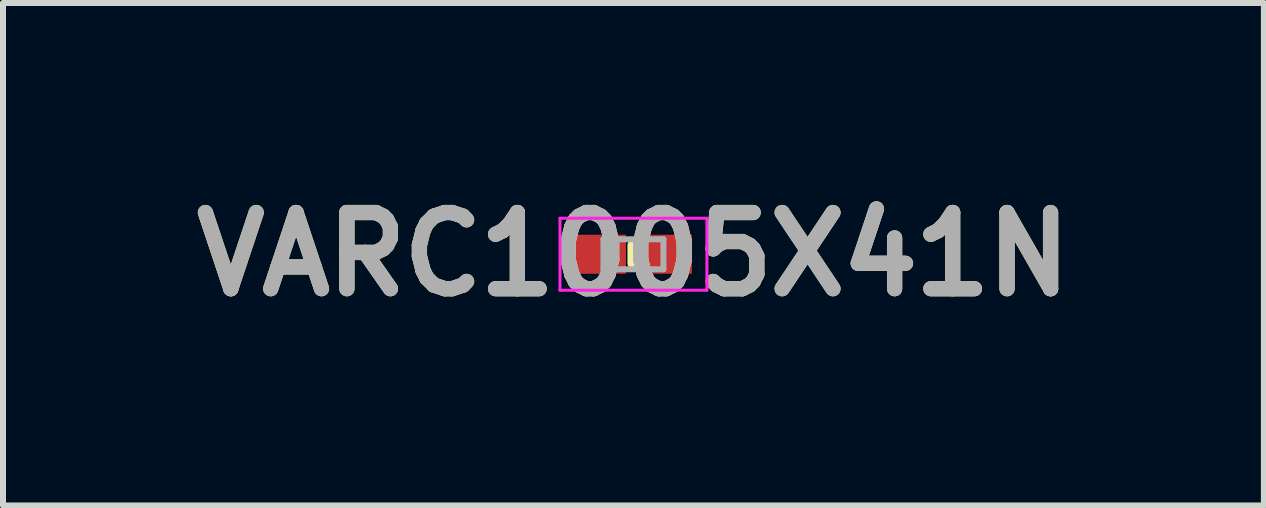
<source format=kicad_pcb>
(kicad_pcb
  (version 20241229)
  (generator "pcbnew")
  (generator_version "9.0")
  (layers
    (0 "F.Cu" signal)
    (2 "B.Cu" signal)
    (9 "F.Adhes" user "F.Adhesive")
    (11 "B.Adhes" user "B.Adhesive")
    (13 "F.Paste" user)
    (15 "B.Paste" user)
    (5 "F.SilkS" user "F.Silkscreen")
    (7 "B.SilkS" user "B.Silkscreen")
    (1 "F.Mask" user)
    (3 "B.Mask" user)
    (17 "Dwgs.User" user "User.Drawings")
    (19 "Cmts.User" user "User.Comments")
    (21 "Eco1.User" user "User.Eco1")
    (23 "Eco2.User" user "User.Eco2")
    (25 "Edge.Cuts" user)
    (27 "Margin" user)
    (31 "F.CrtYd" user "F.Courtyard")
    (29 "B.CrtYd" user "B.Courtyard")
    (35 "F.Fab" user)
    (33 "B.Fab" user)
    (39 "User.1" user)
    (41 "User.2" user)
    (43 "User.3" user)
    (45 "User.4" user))
  (footprint "VARC1005X41N"
    (layer "F.Cu")
    (at 7.511 1.189)
    (property "Reference" "VARC1005X41N" (at 0 0 0) (layer "F.SilkS") (effects (font (size 1.27 1.27) (thickness 0.254))))
    (attr smd)
    (fp_line (start 0 -0.15) (end 0 0.15) (stroke (width 0.2) (type solid)) (layer "F.SilkS"))
    (fp_line (start -1.225 -0.6) (end 1.225 -0.6) (stroke (width 0.05) (type solid)) (layer "F.CrtYd"))
    (fp_line (start -1.225 0.6) (end -1.225 -0.6) (stroke (width 0.05) (type solid)) (layer "F.CrtYd"))
    (fp_line (start 1.225 -0.6) (end 1.225 0.6) (stroke (width 0.05) (type solid)) (layer "F.CrtYd"))
    (fp_line (start 1.225 0.6) (end -1.225 0.6) (stroke (width 0.05) (type solid)) (layer "F.CrtYd"))
    (fp_line (start -0.5 -0.25) (end 0.5 -0.25) (stroke (width 0.1) (type solid)) (layer "F.Fab"))
    (fp_line (start -0.5 0.25) (end -0.5 -0.25) (stroke (width 0.1) (type solid)) (layer "F.Fab"))
    (fp_line (start 0.5 -0.25) (end 0.5 0.25) (stroke (width 0.1) (type solid)) (layer "F.Fab"))
    (fp_line (start 0.5 0.25) (end -0.5 0.25) (stroke (width 0.1) (type solid)) (layer "F.Fab"))
    (fp_text user "${REFERENCE}" (at 0 0 0) (layer "F.Fab") (effects (font (size 1.27 1.27) (thickness 0.254))))
    (pad "1" smd rect (at -0.55 0 90) (size 0.65 0.85) (layers "F.Cu" "F.Mask" "F.Paste"))
    (pad "2" smd rect (at 0.55 0 90) (size 0.65 0.85) (layers "F.Cu" "F.Mask" "F.Paste")))
  (gr_rect
    (start -3 -3)
    (end 18.022 5.377)
    (stroke (width 0.1) (type default))
    (fill no)
    (layer "Edge.Cuts")))
</source>
